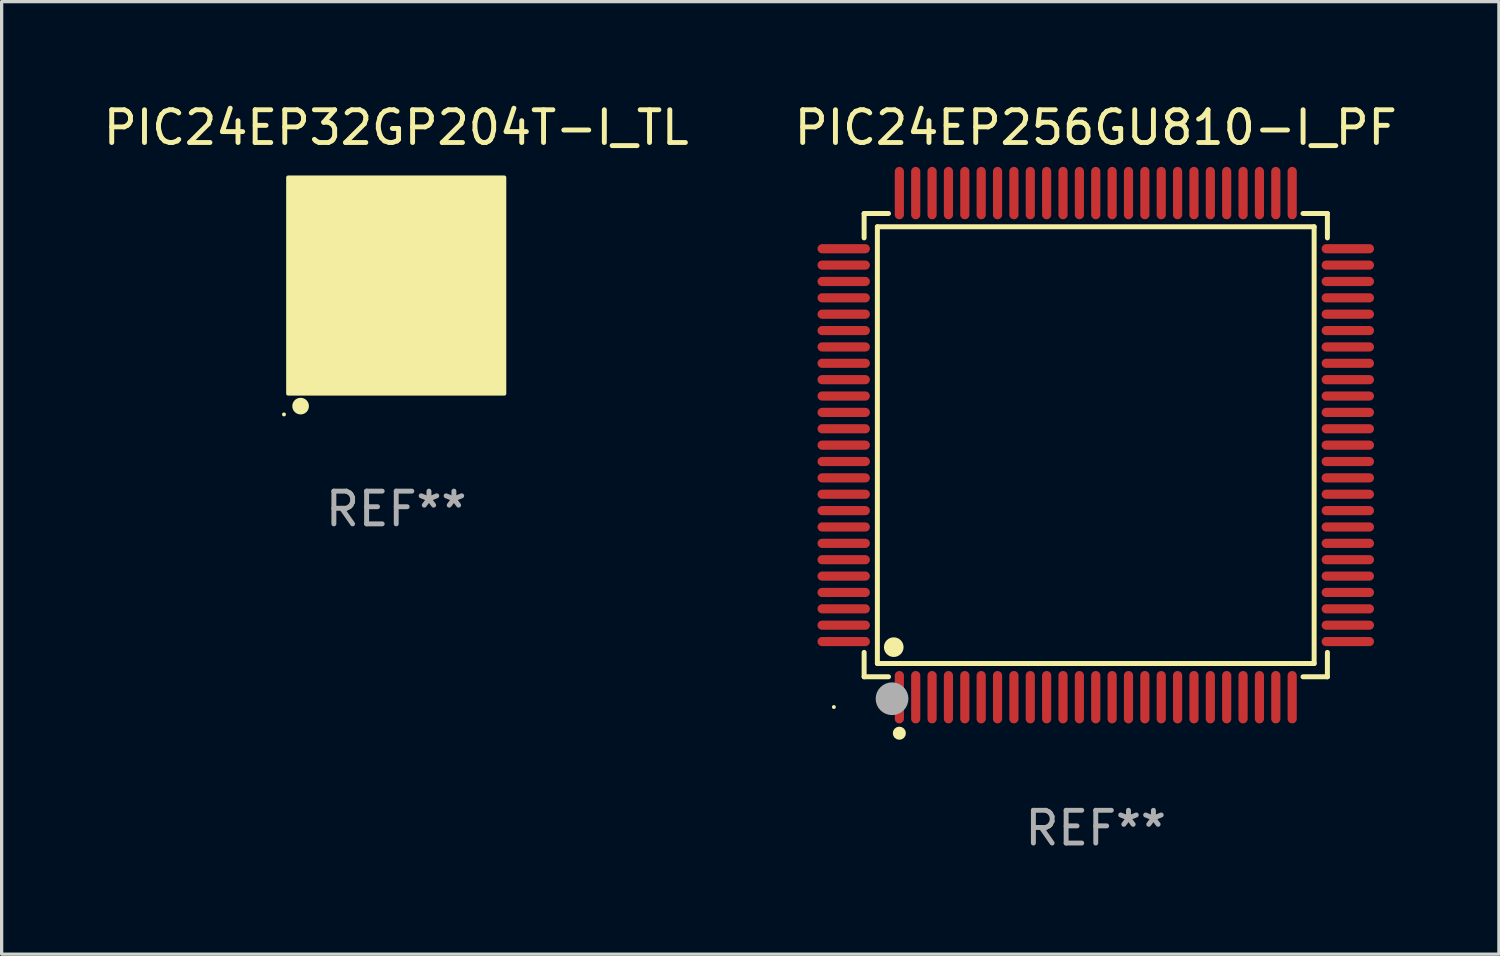
<source format=kicad_pcb>
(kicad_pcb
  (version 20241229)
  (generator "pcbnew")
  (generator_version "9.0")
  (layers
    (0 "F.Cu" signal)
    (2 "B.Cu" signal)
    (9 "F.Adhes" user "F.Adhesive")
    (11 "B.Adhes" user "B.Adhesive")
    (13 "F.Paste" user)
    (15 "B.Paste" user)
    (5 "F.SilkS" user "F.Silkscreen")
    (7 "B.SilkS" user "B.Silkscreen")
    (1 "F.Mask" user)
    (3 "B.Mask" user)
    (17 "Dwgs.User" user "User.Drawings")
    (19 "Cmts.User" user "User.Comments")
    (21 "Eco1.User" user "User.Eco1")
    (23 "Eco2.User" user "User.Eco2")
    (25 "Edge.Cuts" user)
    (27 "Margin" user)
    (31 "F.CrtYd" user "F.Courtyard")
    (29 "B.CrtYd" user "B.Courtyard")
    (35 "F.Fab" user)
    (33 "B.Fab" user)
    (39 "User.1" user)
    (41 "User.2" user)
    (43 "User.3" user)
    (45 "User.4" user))
  (footprint "PIC24EP32GP204T-I_TL"
    (layer "F.Cu")
    (at 9.054 5.673)
    (property "Reference" "PIC24EP32GP204T-I_TL" (at 0 -4.825 0) (layer "F.SilkS") (effects (font (size 1 1) (thickness 0.15))))
    (attr through_hole)
    (fp_circle (center -3.429 3.937) (end -3.399 3.937) (stroke (width 0.06) (type solid)) (fill no) (layer "F.SilkS"))
    (fp_circle (center -2.921 3.683) (end -2.794 3.683) (stroke (width 0.254) (type solid)) (fill no) (layer "F.SilkS"))
    (fp_poly (pts (xy -3.302 -3.302) (xy 3.302 -3.302) (xy 3.302 3.302) (xy -3.302 3.302)) (stroke (width 0.12) (type solid)) (fill yes) (layer "F.SilkS"))
    (fp_text user "REF**" (at 0 6.825 0) (layer "F.Fab") (effects (font (size 1 1) (thickness 0.15))))
    (pad "1" smd rect (at -2.25 2.825) (size 0.3 0.45) (layers "F.Cu" "F.Mask" "F.Paste"))
    (pad "2" smd rect (at -1.75 2.825) (size 0.3 0.45) (layers "F.Cu" "F.Mask" "F.Paste"))
    (pad "3" smd rect (at -1.25 2.825) (size 0.3 0.45) (layers "F.Cu" "F.Mask" "F.Paste"))
    (pad "4" smd rect (at -0.75 2.825) (size 0.3 0.45) (layers "F.Cu" "F.Mask" "F.Paste"))
    (pad "5" smd rect (at -0.25 2.825) (size 0.3 0.45) (layers "F.Cu" "F.Mask" "F.Paste"))
    (pad "6" smd rect (at 0.25 2.825) (size 0.3 0.45) (layers "F.Cu" "F.Mask" "F.Paste"))
    (pad "7" smd rect (at 0.75 2.825) (size 0.3 0.45) (layers "F.Cu" "F.Mask" "F.Paste"))
    (pad "8" smd rect (at 1.25 2.825) (size 0.3 0.45) (layers "F.Cu" "F.Mask" "F.Paste"))
    (pad "9" smd rect (at 1.75 2.825) (size 0.3 0.45) (layers "F.Cu" "F.Mask" "F.Paste"))
    (pad "10" smd rect (at 2.25 2.825) (size 0.3 0.45) (layers "F.Cu" "F.Mask" "F.Paste"))
    (pad "11" smd rect (at 2.825 2.825 90) (size 0.45 0.45) (layers "F.Cu" "F.Mask" "F.Paste"))
    (pad "12" smd rect (at 2.825 2.25 90) (size 0.3 0.45) (layers "F.Cu" "F.Mask" "F.Paste"))
    (pad "13" smd rect (at 2.825 1.75 90) (size 0.3 0.45) (layers "F.Cu" "F.Mask" "F.Paste"))
    (pad "14" smd rect (at 2.825 1.25 90) (size 0.3 0.45) (layers "F.Cu" "F.Mask" "F.Paste"))
    (pad "15" smd rect (at 2.825 0.75 90) (size 0.3 0.45) (layers "F.Cu" "F.Mask" "F.Paste"))
    (pad "16" smd rect (at 2.825 0.25 90) (size 0.3 0.45) (layers "F.Cu" "F.Mask" "F.Paste"))
    (pad "17" smd rect (at 2.825 -0.25 90) (size 0.3 0.45) (layers "F.Cu" "F.Mask" "F.Paste"))
    (pad "18" smd rect (at 2.825 -0.75 90) (size 0.3 0.45) (layers "F.Cu" "F.Mask" "F.Paste"))
    (pad "19" smd rect (at 2.825 -1.25 90) (size 0.3 0.45) (layers "F.Cu" "F.Mask" "F.Paste"))
    (pad "20" smd rect (at 2.825 -1.75 90) (size 0.3 0.45) (layers "F.Cu" "F.Mask" "F.Paste"))
    (pad "21" smd rect (at 2.825 -2.25 90) (size 0.3 0.45) (layers "F.Cu" "F.Mask" "F.Paste"))
    (pad "22" smd rect (at 2.825 -2.825 90) (size 0.45 0.45) (layers "F.Cu" "F.Mask" "F.Paste"))
    (pad "23" smd rect (at 2.25 -2.825) (size 0.3 0.45) (layers "F.Cu" "F.Mask" "F.Paste"))
    (pad "24" smd rect (at 1.75 -2.825) (size 0.3 0.45) (layers "F.Cu" "F.Mask" "F.Paste"))
    (pad "25" smd rect (at 1.25 -2.825) (size 0.3 0.45) (layers "F.Cu" "F.Mask" "F.Paste"))
    (pad "26" smd rect (at 0.75 -2.825) (size 0.3 0.45) (layers "F.Cu" "F.Mask" "F.Paste"))
    (pad "27" smd rect (at 0.25 -2.825) (size 0.3 0.45) (layers "F.Cu" "F.Mask" "F.Paste"))
    (pad "28" smd rect (at -0.25 -2.825) (size 0.3 0.45) (layers "F.Cu" "F.Mask" "F.Paste"))
    (pad "29" smd rect (at -0.75 -2.825) (size 0.3 0.45) (layers "F.Cu" "F.Mask" "F.Paste"))
    (pad "30" smd rect (at -1.25 -2.825) (size 0.3 0.45) (layers "F.Cu" "F.Mask" "F.Paste"))
    (pad "31" smd rect (at -1.75 -2.825) (size 0.3 0.45) (layers "F.Cu" "F.Mask" "F.Paste"))
    (pad "32" smd rect (at -2.25 -2.825) (size 0.3 0.45) (layers "F.Cu" "F.Mask" "F.Paste"))
    (pad "33" smd rect (at -2.825 -2.825 90) (size 0.45 0.45) (layers "F.Cu" "F.Mask" "F.Paste"))
    (pad "34" smd rect (at -2.825 -2.25 90) (size 0.3 0.45) (layers "F.Cu" "F.Mask" "F.Paste"))
    (pad "35" smd rect (at -2.825 -1.75 90) (size 0.3 0.45) (layers "F.Cu" "F.Mask" "F.Paste"))
    (pad "36" smd rect (at -2.825 -1.25 90) (size 0.3 0.45) (layers "F.Cu" "F.Mask" "F.Paste"))
    (pad "37" smd rect (at -2.825 -0.75 90) (size 0.3 0.45) (layers "F.Cu" "F.Mask" "F.Paste"))
    (pad "38" smd rect (at -2.825 -0.25 90) (size 0.3 0.45) (layers "F.Cu" "F.Mask" "F.Paste"))
    (pad "39" smd rect (at -2.825 0.25 90) (size 0.3 0.45) (layers "F.Cu" "F.Mask" "F.Paste"))
    (pad "40" smd rect (at -2.825 0.75 90) (size 0.3 0.45) (layers "F.Cu" "F.Mask" "F.Paste"))
    (pad "41" smd rect (at -2.825 1.25 90) (size 0.3 0.45) (layers "F.Cu" "F.Mask" "F.Paste"))
    (pad "42" smd rect (at -2.825 1.75 90) (size 0.3 0.45) (layers "F.Cu" "F.Mask" "F.Paste"))
    (pad "43" smd rect (at -2.825 2.25 90) (size 0.3 0.45) (layers "F.Cu" "F.Mask" "F.Paste"))
    (pad "44" smd rect (at -2.825 2.825 90) (size 0.45 0.45) (layers "F.Cu" "F.Mask" "F.Paste"))
    (pad "45" smd rect (at 0 0 90) (size 4.6 4.6) (layers "F.Cu" "F.Mask" "F.Paste")))
  (footprint "PIC24EP256GU810-I_PF"
    (layer "F.Cu")
    (at 30.423 10.548)
    (property "Reference" "PIC24EP256GU810-I_PF" (at 0 -9.7 0) (layer "F.SilkS") (effects (font (size 1 1) (thickness 0.15))))
    (attr through_hole)
    (fp_line (start -7.076 -7.076) (end -6.331 -7.076) (stroke (width 0.152) (type solid)) (layer "F.SilkS"))
    (fp_line (start -7.076 -6.331) (end -7.076 -7.076) (stroke (width 0.152) (type solid)) (layer "F.SilkS"))
    (fp_line (start -7.076 6.331) (end -7.076 7.076) (stroke (width 0.152) (type solid)) (layer "F.SilkS"))
    (fp_line (start -7.076 7.076) (end -6.331 7.076) (stroke (width 0.152) (type solid)) (layer "F.SilkS"))
    (fp_line (start -6.671 -6.671) (end 6.671 -6.671) (stroke (width 0.152) (type solid)) (layer "F.SilkS"))
    (fp_line (start -6.671 6.671) (end -6.671 -6.671) (stroke (width 0.152) (type solid)) (layer "F.SilkS"))
    (fp_line (start 6.671 -6.671) (end 6.671 6.671) (stroke (width 0.152) (type solid)) (layer "F.SilkS"))
    (fp_line (start 6.671 6.671) (end -6.671 6.671) (stroke (width 0.152) (type solid)) (layer "F.SilkS"))
    (fp_line (start 7.076 -7.076) (end 6.331 -7.076) (stroke (width 0.152) (type solid)) (layer "F.SilkS"))
    (fp_line (start 7.076 -6.331) (end 7.076 -7.076) (stroke (width 0.152) (type solid)) (layer "F.SilkS"))
    (fp_line (start 7.076 6.331) (end 7.076 7.076) (stroke (width 0.152) (type solid)) (layer "F.SilkS"))
    (fp_line (start 7.076 7.076) (end 6.331 7.076) (stroke (width 0.152) (type solid)) (layer "F.SilkS"))
    (fp_circle (center -8 8) (end -7.97 8) (stroke (width 0.06) (type solid)) (fill no) (layer "F.SilkS"))
    (fp_circle (center -6.171 6.171) (end -6.021 6.171) (stroke (width 0.3) (type solid)) (fill no) (layer "F.SilkS"))
    (fp_circle (center -6 8.8) (end -5.9 8.8) (stroke (width 0.2) (type solid)) (fill no) (layer "F.SilkS"))
    (fp_circle (center -6.223 7.747) (end -5.973 7.747) (stroke (width 0.5) (type solid)) (fill no) (layer "F.Fab"))
    (fp_text user "REF**" (at 0 11.7 0) (layer "F.Fab") (effects (font (size 1 1) (thickness 0.15))))
    (pad "1" smd oval (at -6 7.7) (size 0.28 1.6) (layers "F.Cu" "F.Mask" "F.Paste"))
    (pad "2" smd oval (at -5.5 7.7) (size 0.28 1.6) (layers "F.Cu" "F.Mask" "F.Paste"))
    (pad "3" smd oval (at -5 7.7) (size 0.28 1.6) (layers "F.Cu" "F.Mask" "F.Paste"))
    (pad "4" smd oval (at -4.5 7.7) (size 0.28 1.6) (layers "F.Cu" "F.Mask" "F.Paste"))
    (pad "5" smd oval (at -4 7.7) (size 0.28 1.6) (layers "F.Cu" "F.Mask" "F.Paste"))
    (pad "6" smd oval (at -3.5 7.7) (size 0.28 1.6) (layers "F.Cu" "F.Mask" "F.Paste"))
    (pad "7" smd oval (at -3 7.7) (size 0.28 1.6) (layers "F.Cu" "F.Mask" "F.Paste"))
    (pad "8" smd oval (at -2.5 7.7) (size 0.28 1.6) (layers "F.Cu" "F.Mask" "F.Paste"))
    (pad "9" smd oval (at -2 7.7) (size 0.28 1.6) (layers "F.Cu" "F.Mask" "F.Paste"))
    (pad "10" smd oval (at -1.5 7.7) (size 0.28 1.6) (layers "F.Cu" "F.Mask" "F.Paste"))
    (pad "11" smd oval (at -1 7.7) (size 0.28 1.6) (layers "F.Cu" "F.Mask" "F.Paste"))
    (pad "12" smd oval (at -0.5 7.7) (size 0.28 1.6) (layers "F.Cu" "F.Mask" "F.Paste"))
    (pad "13" smd oval (at 0 7.7) (size 0.28 1.6) (layers "F.Cu" "F.Mask" "F.Paste"))
    (pad "14" smd oval (at 0.5 7.7) (size 0.28 1.6) (layers "F.Cu" "F.Mask" "F.Paste"))
    (pad "15" smd oval (at 1 7.7) (size 0.28 1.6) (layers "F.Cu" "F.Mask" "F.Paste"))
    (pad "16" smd oval (at 1.5 7.7) (size 0.28 1.6) (layers "F.Cu" "F.Mask" "F.Paste"))
    (pad "17" smd oval (at 2 7.7) (size 0.28 1.6) (layers "F.Cu" "F.Mask" "F.Paste"))
    (pad "18" smd oval (at 2.5 7.7) (size 0.28 1.6) (layers "F.Cu" "F.Mask" "F.Paste"))
    (pad "19" smd oval (at 3 7.7) (size 0.28 1.6) (layers "F.Cu" "F.Mask" "F.Paste"))
    (pad "20" smd oval (at 3.5 7.7) (size 0.28 1.6) (layers "F.Cu" "F.Mask" "F.Paste"))
    (pad "21" smd oval (at 4 7.7) (size 0.28 1.6) (layers "F.Cu" "F.Mask" "F.Paste"))
    (pad "22" smd oval (at 4.5 7.7) (size 0.28 1.6) (layers "F.Cu" "F.Mask" "F.Paste"))
    (pad "23" smd oval (at 5 7.7) (size 0.28 1.6) (layers "F.Cu" "F.Mask" "F.Paste"))
    (pad "24" smd oval (at 5.5 7.7) (size 0.28 1.6) (layers "F.Cu" "F.Mask" "F.Paste"))
    (pad "25" smd oval (at 6 7.7) (size 0.28 1.6) (layers "F.Cu" "F.Mask" "F.Paste"))
    (pad "26" smd oval (at 7.7 6) (size 1.6 0.28) (layers "F.Cu" "F.Mask" "F.Paste"))
    (pad "27" smd oval (at 7.7 5.5) (size 1.6 0.28) (layers "F.Cu" "F.Mask" "F.Paste"))
    (pad "28" smd oval (at 7.7 5) (size 1.6 0.28) (layers "F.Cu" "F.Mask" "F.Paste"))
    (pad "29" smd oval (at 7.7 4.5) (size 1.6 0.28) (layers "F.Cu" "F.Mask" "F.Paste"))
    (pad "30" smd oval (at 7.7 4) (size 1.6 0.28) (layers "F.Cu" "F.Mask" "F.Paste"))
    (pad "31" smd oval (at 7.7 3.5) (size 1.6 0.28) (layers "F.Cu" "F.Mask" "F.Paste"))
    (pad "32" smd oval (at 7.7 3) (size 1.6 0.28) (layers "F.Cu" "F.Mask" "F.Paste"))
    (pad "33" smd oval (at 7.7 2.5) (size 1.6 0.28) (layers "F.Cu" "F.Mask" "F.Paste"))
    (pad "34" smd oval (at 7.7 2) (size 1.6 0.28) (layers "F.Cu" "F.Mask" "F.Paste"))
    (pad "35" smd oval (at 7.7 1.5) (size 1.6 0.28) (layers "F.Cu" "F.Mask" "F.Paste"))
    (pad "36" smd oval (at 7.7 1) (size 1.6 0.28) (layers "F.Cu" "F.Mask" "F.Paste"))
    (pad "37" smd oval (at 7.7 0.5) (size 1.6 0.28) (layers "F.Cu" "F.Mask" "F.Paste"))
    (pad "38" smd oval (at 7.7 0) (size 1.6 0.28) (layers "F.Cu" "F.Mask" "F.Paste"))
    (pad "39" smd oval (at 7.7 -0.5) (size 1.6 0.28) (layers "F.Cu" "F.Mask" "F.Paste"))
    (pad "40" smd oval (at 7.7 -1) (size 1.6 0.28) (layers "F.Cu" "F.Mask" "F.Paste"))
    (pad "41" smd oval (at 7.7 -1.5) (size 1.6 0.28) (layers "F.Cu" "F.Mask" "F.Paste"))
    (pad "42" smd oval (at 7.7 -2) (size 1.6 0.28) (layers "F.Cu" "F.Mask" "F.Paste"))
    (pad "43" smd oval (at 7.7 -2.5) (size 1.6 0.28) (layers "F.Cu" "F.Mask" "F.Paste"))
    (pad "44" smd oval (at 7.7 -3) (size 1.6 0.28) (layers "F.Cu" "F.Mask" "F.Paste"))
    (pad "45" smd oval (at 7.7 -3.5) (size 1.6 0.28) (layers "F.Cu" "F.Mask" "F.Paste"))
    (pad "46" smd oval (at 7.7 -4) (size 1.6 0.28) (layers "F.Cu" "F.Mask" "F.Paste"))
    (pad "47" smd oval (at 7.7 -4.5) (size 1.6 0.28) (layers "F.Cu" "F.Mask" "F.Paste"))
    (pad "48" smd oval (at 7.7 -5) (size 1.6 0.28) (layers "F.Cu" "F.Mask" "F.Paste"))
    (pad "49" smd oval (at 7.7 -5.5) (size 1.6 0.28) (layers "F.Cu" "F.Mask" "F.Paste"))
    (pad "50" smd oval (at 7.7 -6) (size 1.6 0.28) (layers "F.Cu" "F.Mask" "F.Paste"))
    (pad "51" smd oval (at 6 -7.7) (size 0.28 1.6) (layers "F.Cu" "F.Mask" "F.Paste"))
    (pad "52" smd oval (at 5.5 -7.7) (size 0.28 1.6) (layers "F.Cu" "F.Mask" "F.Paste"))
    (pad "53" smd oval (at 5 -7.7) (size 0.28 1.6) (layers "F.Cu" "F.Mask" "F.Paste"))
    (pad "54" smd oval (at 4.5 -7.7) (size 0.28 1.6) (layers "F.Cu" "F.Mask" "F.Paste"))
    (pad "55" smd oval (at 4 -7.7) (size 0.28 1.6) (layers "F.Cu" "F.Mask" "F.Paste"))
    (pad "56" smd oval (at 3.5 -7.7) (size 0.28 1.6) (layers "F.Cu" "F.Mask" "F.Paste"))
    (pad "57" smd oval (at 3 -7.7) (size 0.28 1.6) (layers "F.Cu" "F.Mask" "F.Paste"))
    (pad "58" smd oval (at 2.5 -7.7) (size 0.28 1.6) (layers "F.Cu" "F.Mask" "F.Paste"))
    (pad "59" smd oval (at 2 -7.7) (size 0.28 1.6) (layers "F.Cu" "F.Mask" "F.Paste"))
    (pad "60" smd oval (at 1.5 -7.7) (size 0.28 1.6) (layers "F.Cu" "F.Mask" "F.Paste"))
    (pad "61" smd oval (at 1 -7.7) (size 0.28 1.6) (layers "F.Cu" "F.Mask" "F.Paste"))
    (pad "62" smd oval (at 0.5 -7.7) (size 0.28 1.6) (layers "F.Cu" "F.Mask" "F.Paste"))
    (pad "63" smd oval (at 0 -7.7) (size 0.28 1.6) (layers "F.Cu" "F.Mask" "F.Paste"))
    (pad "64" smd oval (at -0.5 -7.7) (size 0.28 1.6) (layers "F.Cu" "F.Mask" "F.Paste"))
    (pad "65" smd oval (at -1 -7.7) (size 0.28 1.6) (layers "F.Cu" "F.Mask" "F.Paste"))
    (pad "66" smd oval (at -1.5 -7.7) (size 0.28 1.6) (layers "F.Cu" "F.Mask" "F.Paste"))
    (pad "67" smd oval (at -2 -7.7) (size 0.28 1.6) (layers "F.Cu" "F.Mask" "F.Paste"))
    (pad "68" smd oval (at -2.5 -7.7) (size 0.28 1.6) (layers "F.Cu" "F.Mask" "F.Paste"))
    (pad "69" smd oval (at -3 -7.7) (size 0.28 1.6) (layers "F.Cu" "F.Mask" "F.Paste"))
    (pad "70" smd oval (at -3.5 -7.7) (size 0.28 1.6) (layers "F.Cu" "F.Mask" "F.Paste"))
    (pad "71" smd oval (at -4 -7.7) (size 0.28 1.6) (layers "F.Cu" "F.Mask" "F.Paste"))
    (pad "72" smd oval (at -4.5 -7.7) (size 0.28 1.6) (layers "F.Cu" "F.Mask" "F.Paste"))
    (pad "73" smd oval (at -5 -7.7) (size 0.28 1.6) (layers "F.Cu" "F.Mask" "F.Paste"))
    (pad "74" smd oval (at -5.5 -7.7) (size 0.28 1.6) (layers "F.Cu" "F.Mask" "F.Paste"))
    (pad "75" smd oval (at -6 -7.7) (size 0.28 1.6) (layers "F.Cu" "F.Mask" "F.Paste"))
    (pad "76" smd oval (at -7.7 -6) (size 1.6 0.28) (layers "F.Cu" "F.Mask" "F.Paste"))
    (pad "77" smd oval (at -7.7 -5.5) (size 1.6 0.28) (layers "F.Cu" "F.Mask" "F.Paste"))
    (pad "78" smd oval (at -7.7 -5) (size 1.6 0.28) (layers "F.Cu" "F.Mask" "F.Paste"))
    (pad "79" smd oval (at -7.7 -4.5) (size 1.6 0.28) (layers "F.Cu" "F.Mask" "F.Paste"))
    (pad "80" smd oval (at -7.7 -4) (size 1.6 0.28) (layers "F.Cu" "F.Mask" "F.Paste"))
    (pad "81" smd oval (at -7.7 -3.5) (size 1.6 0.28) (layers "F.Cu" "F.Mask" "F.Paste"))
    (pad "82" smd oval (at -7.7 -3) (size 1.6 0.28) (layers "F.Cu" "F.Mask" "F.Paste"))
    (pad "83" smd oval (at -7.7 -2.5) (size 1.6 0.28) (layers "F.Cu" "F.Mask" "F.Paste"))
    (pad "84" smd oval (at -7.7 -2) (size 1.6 0.28) (layers "F.Cu" "F.Mask" "F.Paste"))
    (pad "85" smd oval (at -7.7 -1.5) (size 1.6 0.28) (layers "F.Cu" "F.Mask" "F.Paste"))
    (pad "86" smd oval (at -7.7 -1) (size 1.6 0.28) (layers "F.Cu" "F.Mask" "F.Paste"))
    (pad "87" smd oval (at -7.7 -0.5) (size 1.6 0.28) (layers "F.Cu" "F.Mask" "F.Paste"))
    (pad "88" smd oval (at -7.7 0) (size 1.6 0.28) (layers "F.Cu" "F.Mask" "F.Paste"))
    (pad "89" smd oval (at -7.7 0.5) (size 1.6 0.28) (layers "F.Cu" "F.Mask" "F.Paste"))
    (pad "90" smd oval (at -7.7 1) (size 1.6 0.28) (layers "F.Cu" "F.Mask" "F.Paste"))
    (pad "91" smd oval (at -7.7 1.5) (size 1.6 0.28) (layers "F.Cu" "F.Mask" "F.Paste"))
    (pad "92" smd oval (at -7.7 2) (size 1.6 0.28) (layers "F.Cu" "F.Mask" "F.Paste"))
    (pad "93" smd oval (at -7.7 2.5) (size 1.6 0.28) (layers "F.Cu" "F.Mask" "F.Paste"))
    (pad "94" smd oval (at -7.7 3) (size 1.6 0.28) (layers "F.Cu" "F.Mask" "F.Paste"))
    (pad "95" smd oval (at -7.7 3.5) (size 1.6 0.28) (layers "F.Cu" "F.Mask" "F.Paste"))
    (pad "96" smd oval (at -7.7 4) (size 1.6 0.28) (layers "F.Cu" "F.Mask" "F.Paste"))
    (pad "97" smd oval (at -7.7 4.5) (size 1.6 0.28) (layers "F.Cu" "F.Mask" "F.Paste"))
    (pad "98" smd oval (at -7.7 5) (size 1.6 0.28) (layers "F.Cu" "F.Mask" "F.Paste"))
    (pad "99" smd oval (at -7.7 5.5) (size 1.6 0.28) (layers "F.Cu" "F.Mask" "F.Paste"))
    (pad "100" smd oval (at -7.7 6) (size 1.6 0.28) (layers "F.Cu" "F.Mask" "F.Paste")))
  (gr_rect
    (start -3 -3)
    (end 42.738 26.097)
    (stroke (width 0.1) (type default))
    (fill no)
    (layer "Edge.Cuts")))
</source>
